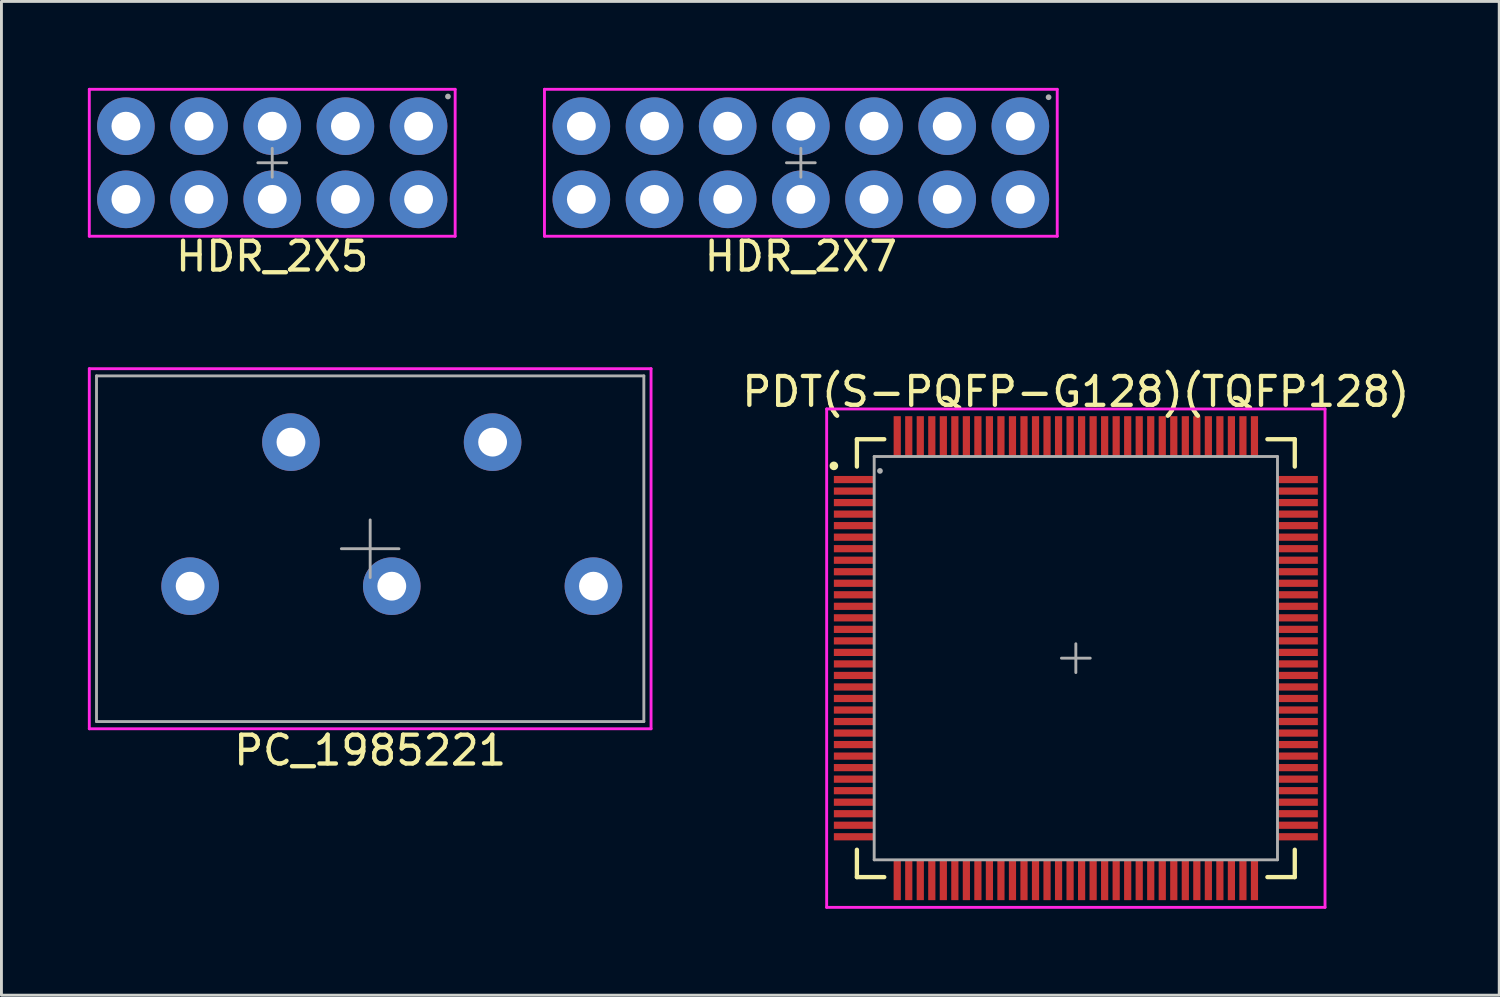
<source format=kicad_pcb>
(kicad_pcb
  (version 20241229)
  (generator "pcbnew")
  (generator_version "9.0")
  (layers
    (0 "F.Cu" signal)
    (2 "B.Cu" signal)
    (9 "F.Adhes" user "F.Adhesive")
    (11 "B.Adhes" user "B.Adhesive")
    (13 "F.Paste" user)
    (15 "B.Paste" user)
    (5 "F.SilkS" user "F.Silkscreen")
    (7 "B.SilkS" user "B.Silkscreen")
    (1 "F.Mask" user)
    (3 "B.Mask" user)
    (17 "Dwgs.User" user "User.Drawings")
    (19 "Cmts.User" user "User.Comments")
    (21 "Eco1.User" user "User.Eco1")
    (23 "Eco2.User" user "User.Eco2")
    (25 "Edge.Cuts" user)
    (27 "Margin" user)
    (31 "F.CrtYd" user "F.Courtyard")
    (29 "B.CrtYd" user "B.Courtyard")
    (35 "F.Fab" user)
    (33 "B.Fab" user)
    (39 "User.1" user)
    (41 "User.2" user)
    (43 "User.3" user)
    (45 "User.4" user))
  (footprint "HDR_2X7"
    (layer "F.Cu")
    (at 24.75 2.6)
    (property "Reference" "HDR_2X7" (at 0 3.25 0) (layer "F.SilkS") (effects (font (size 1 1) (thickness 0.15))))
    (attr through_hole)
    (fp_line (start -8.9 -2.55) (end 8.9 -2.55) (stroke (width 0.1) (type solid)) (layer "F.CrtYd"))
    (fp_line (start -8.9 2.55) (end -8.9 -2.55) (stroke (width 0.1) (type solid)) (layer "F.CrtYd"))
    (fp_line (start 8.9 -2.55) (end 8.9 2.55) (stroke (width 0.1) (type solid)) (layer "F.CrtYd"))
    (fp_line (start 8.9 2.55) (end -8.9 2.55) (stroke (width 0.1) (type solid)) (layer "F.CrtYd"))
    (fp_line (start 0 -0.5) (end 0 0.5) (stroke (width 0.1) (type solid)) (layer "F.Fab"))
    (fp_line (start 0.5 0) (end -0.5 0) (stroke (width 0.1) (type solid)) (layer "F.Fab"))
    (fp_circle (center 8.6 -2.275) (end 8.6 -2.225) (stroke (width 0.1) (type solid)) (fill no) (layer "F.Fab"))
    (pad "1" thru_hole circle (at 7.62 -1.27) (size 2 2) (drill 1) (layers "*.Cu" "*.Mask"))
    (pad "2" thru_hole circle (at 7.62 1.27) (size 2 2) (drill 1) (layers "*.Cu" "*.Mask"))
    (pad "3" thru_hole circle (at 5.08 -1.27) (size 2 2) (drill 1) (layers "*.Cu" "*.Mask"))
    (pad "4" thru_hole circle (at 5.08 1.27) (size 2 2) (drill 1) (layers "*.Cu" "*.Mask"))
    (pad "5" thru_hole circle (at 2.54 -1.27) (size 2 2) (drill 1) (layers "*.Cu" "*.Mask"))
    (pad "6" thru_hole circle (at 2.54 1.27) (size 2 2) (drill 1) (layers "*.Cu" "*.Mask"))
    (pad "7" thru_hole circle (at 0 -1.27) (size 2 2) (drill 1) (layers "*.Cu" "*.Mask"))
    (pad "8" thru_hole circle (at 0 1.27) (size 2 2) (drill 1) (layers "*.Cu" "*.Mask"))
    (pad "9" thru_hole circle (at -2.54 -1.27) (size 2 2) (drill 1) (layers "*.Cu" "*.Mask"))
    (pad "10" thru_hole circle (at -2.54 1.27) (size 2 2) (drill 1) (layers "*.Cu" "*.Mask"))
    (pad "11" thru_hole circle (at -5.08 -1.27) (size 2 2) (drill 1) (layers "*.Cu" "*.Mask"))
    (pad "12" thru_hole circle (at -5.08 1.27) (size 2 2) (drill 1) (layers "*.Cu" "*.Mask"))
    (pad "13" thru_hole circle (at -7.62 -1.27) (size 2 2) (drill 1) (layers "*.Cu" "*.Mask"))
    (pad "14" thru_hole circle (at -7.62 1.27) (size 2 2) (drill 1) (layers "*.Cu" "*.Mask")))
  (footprint "PC_1985221"
    (layer "F.Cu")
    (at 9.8 15.998)
    (property "Reference" "PC_1985221" (at 0 7 0) (layer "F.SilkS") (effects (font (size 1 1) (thickness 0.15))))
    (attr through_hole)
    (fp_line (start -9.75 -6.25) (end 9.75 -6.25) (stroke (width 0.1) (type solid)) (layer "F.CrtYd"))
    (fp_line (start -9.75 6.25) (end -9.75 -6.25) (stroke (width 0.1) (type solid)) (layer "F.CrtYd"))
    (fp_line (start -9.75 6.25) (end 9.75 6.25) (stroke (width 0.1) (type solid)) (layer "F.CrtYd"))
    (fp_line (start 9.75 -6.25) (end 9.75 6.25) (stroke (width 0.1) (type solid)) (layer "F.CrtYd"))
    (fp_line (start -9.5 -6) (end 9.5 -6) (stroke (width 0.1) (type solid)) (layer "F.Fab"))
    (fp_line (start -9.5 6) (end -9.5 -6) (stroke (width 0.1) (type solid)) (layer "F.Fab"))
    (fp_line (start -1 0) (end 1 0) (stroke (width 0.1) (type solid)) (layer "F.Fab"))
    (fp_line (start 0 -1) (end 0 1) (stroke (width 0.1) (type solid)) (layer "F.Fab"))
    (fp_line (start 9.5 6) (end -9.5 6) (stroke (width 0.1) (type solid)) (layer "F.Fab"))
    (fp_line (start 9.5 6) (end 9.5 -6) (stroke (width 0.1) (type solid)) (layer "F.Fab"))
    (pad "1" thru_hole circle (at 7.75 1.3) (size 2 2) (drill 1) (layers "*.Cu" "*.Mask"))
    (pad "2" thru_hole circle (at 4.25 -3.7) (size 2 2) (drill 1) (layers "*.Cu" "*.Mask"))
    (pad "3" thru_hole circle (at 0.75 1.3) (size 2 2) (drill 1) (layers "*.Cu" "*.Mask"))
    (pad "4" thru_hole circle (at -2.75 -3.7) (size 2 2) (drill 1) (layers "*.Cu" "*.Mask"))
    (pad "5" thru_hole circle (at -6.25 1.3) (size 2 2) (drill 1) (layers "*.Cu" "*.Mask")))
  (footprint "HDR_2X5"
    (layer "F.Cu")
    (at 6.4 2.6)
    (property "Reference" "HDR_2X5" (at 0 3.25 0) (layer "F.SilkS") (effects (font (size 1 1) (thickness 0.15))))
    (attr through_hole)
    (fp_line (start -6.35 -2.55) (end 6.35 -2.55) (stroke (width 0.1) (type solid)) (layer "F.CrtYd"))
    (fp_line (start -6.35 2.55) (end -6.35 -2.55) (stroke (width 0.1) (type solid)) (layer "F.CrtYd"))
    (fp_line (start 6.35 -2.55) (end 6.35 2.55) (stroke (width 0.1) (type solid)) (layer "F.CrtYd"))
    (fp_line (start 6.35 2.55) (end -6.35 2.55) (stroke (width 0.1) (type solid)) (layer "F.CrtYd"))
    (fp_line (start 0 -0.5) (end 0 0.5) (stroke (width 0.1) (type solid)) (layer "F.Fab"))
    (fp_line (start 0.5 0) (end -0.5 0) (stroke (width 0.1) (type solid)) (layer "F.Fab"))
    (fp_circle (center 6.1 -2.3) (end 6.1 -2.25) (stroke (width 0.1) (type solid)) (fill no) (layer "F.Fab"))
    (pad "1" thru_hole circle (at 5.08 -1.27) (size 2 2) (drill 1) (layers "*.Cu" "*.Mask"))
    (pad "2" thru_hole circle (at 5.08 1.27) (size 2 2) (drill 1) (layers "*.Cu" "*.Mask"))
    (pad "3" thru_hole circle (at 2.54 -1.27) (size 2 2) (drill 1) (layers "*.Cu" "*.Mask"))
    (pad "4" thru_hole circle (at 2.54 1.27) (size 2 2) (drill 1) (layers "*.Cu" "*.Mask"))
    (pad "5" thru_hole circle (at 0 -1.27) (size 2 2) (drill 1) (layers "*.Cu" "*.Mask"))
    (pad "6" thru_hole circle (at 0 1.27) (size 2 2) (drill 1) (layers "*.Cu" "*.Mask"))
    (pad "7" thru_hole circle (at -2.54 -1.27) (size 2 2) (drill 1) (layers "*.Cu" "*.Mask"))
    (pad "8" thru_hole circle (at -2.54 1.27) (size 2 2) (drill 1) (layers "*.Cu" "*.Mask"))
    (pad "9" thru_hole circle (at -5.08 -1.27) (size 2 2) (drill 1) (layers "*.Cu" "*.Mask"))
    (pad "10" thru_hole circle (at -5.08 1.27) (size 2 2) (drill 1) (layers "*.Cu" "*.Mask")))
  (footprint "PDT(S-PQFP-G128)(TQFP128)"
    (layer "F.Cu")
    (at 34.296 19.797)
    (property "Reference" "PDT(S-PQFP-G128)(TQFP128)" (at 0 -9.25 0) (layer "F.SilkS") (effects (font (size 1 1) (thickness 0.15))))
    (attr through_hole)
    (fp_line (start -7.6 -7.6) (end -7.6 -6.65) (stroke (width 0.15) (type solid)) (layer "F.SilkS"))
    (fp_line (start -7.6 7.6) (end -7.6 6.65) (stroke (width 0.15) (type solid)) (layer "F.SilkS"))
    (fp_line (start -6.65 -7.6) (end -7.6 -7.6) (stroke (width 0.15) (type solid)) (layer "F.SilkS"))
    (fp_line (start -6.65 7.6) (end -7.6 7.6) (stroke (width 0.15) (type solid)) (layer "F.SilkS"))
    (fp_line (start 6.65 -7.6) (end 7.6 -7.6) (stroke (width 0.15) (type solid)) (layer "F.SilkS"))
    (fp_line (start 6.65 7.6) (end 7.6 7.6) (stroke (width 0.15) (type solid)) (layer "F.SilkS"))
    (fp_line (start 7.6 -7.6) (end 7.6 -6.65) (stroke (width 0.15) (type solid)) (layer "F.SilkS"))
    (fp_line (start 7.6 7.6) (end 7.6 6.65) (stroke (width 0.15) (type solid)) (layer "F.SilkS"))
    (fp_circle (center -8.4 -6.675) (end -8.4 -6.599) (stroke (width 0.15) (type solid)) (fill no) (layer "F.SilkS"))
    (fp_line (start -8.65 -8.65) (end 8.65 -8.65) (stroke (width 0.1) (type solid)) (layer "F.CrtYd"))
    (fp_line (start -8.65 8.65) (end -8.65 -8.65) (stroke (width 0.1) (type solid)) (layer "F.CrtYd"))
    (fp_line (start 8.65 -8.65) (end 8.65 8.65) (stroke (width 0.1) (type solid)) (layer "F.CrtYd"))
    (fp_line (start 8.65 8.65) (end -8.65 8.65) (stroke (width 0.1) (type solid)) (layer "F.CrtYd"))
    (fp_line (start -7 -7) (end 7 -7) (stroke (width 0.1) (type solid)) (layer "F.Fab"))
    (fp_line (start -7 7) (end -7 -7) (stroke (width 0.1) (type solid)) (layer "F.Fab"))
    (fp_line (start -0.5 0) (end 0.5 0) (stroke (width 0.1) (type solid)) (layer "F.Fab"))
    (fp_line (start 0 -0.5) (end 0 0.5) (stroke (width 0.1) (type solid)) (layer "F.Fab"))
    (fp_line (start 7 -7) (end 7 7) (stroke (width 0.1) (type solid)) (layer "F.Fab"))
    (fp_line (start 7 7) (end -7 7) (stroke (width 0.1) (type solid)) (layer "F.Fab"))
    (fp_circle (center -6.8 -6.5) (end -6.75 -6.5) (stroke (width 0.1) (type solid)) (fill no) (layer "F.Fab"))
    (pad "1" smd rect (at -7.7 -6.2) (size 1.4 0.25) (layers "F.Cu" "F.Mask" "F.Paste"))
    (pad "2" smd rect (at -7.7 -5.8) (size 1.4 0.25) (layers "F.Cu" "F.Mask" "F.Paste"))
    (pad "3" smd rect (at -7.7 -5.4) (size 1.4 0.25) (layers "F.Cu" "F.Mask" "F.Paste"))
    (pad "4" smd rect (at -7.7 -5) (size 1.4 0.25) (layers "F.Cu" "F.Mask" "F.Paste"))
    (pad "5" smd rect (at -7.7 -4.6) (size 1.4 0.25) (layers "F.Cu" "F.Mask" "F.Paste"))
    (pad "6" smd rect (at -7.7 -4.2) (size 1.4 0.25) (layers "F.Cu" "F.Mask" "F.Paste"))
    (pad "7" smd rect (at -7.7 -3.8) (size 1.4 0.25) (layers "F.Cu" "F.Mask" "F.Paste"))
    (pad "8" smd rect (at -7.7 -3.4) (size 1.4 0.25) (layers "F.Cu" "F.Mask" "F.Paste"))
    (pad "9" smd rect (at -7.7 -3) (size 1.4 0.25) (layers "F.Cu" "F.Mask" "F.Paste"))
    (pad "10" smd rect (at -7.7 -2.6) (size 1.4 0.25) (layers "F.Cu" "F.Mask" "F.Paste"))
    (pad "11" smd rect (at -7.7 -2.2) (size 1.4 0.25) (layers "F.Cu" "F.Mask" "F.Paste"))
    (pad "12" smd rect (at -7.7 -1.8) (size 1.4 0.25) (layers "F.Cu" "F.Mask" "F.Paste"))
    (pad "13" smd rect (at -7.7 -1.4) (size 1.4 0.25) (layers "F.Cu" "F.Mask" "F.Paste"))
    (pad "14" smd rect (at -7.7 -1) (size 1.4 0.25) (layers "F.Cu" "F.Mask" "F.Paste"))
    (pad "15" smd rect (at -7.7 -0.6) (size 1.4 0.25) (layers "F.Cu" "F.Mask" "F.Paste"))
    (pad "16" smd rect (at -7.7 -0.2) (size 1.4 0.25) (layers "F.Cu" "F.Mask" "F.Paste"))
    (pad "17" smd rect (at -7.7 0.2) (size 1.4 0.25) (layers "F.Cu" "F.Mask" "F.Paste"))
    (pad "18" smd rect (at -7.7 0.6) (size 1.4 0.25) (layers "F.Cu" "F.Mask" "F.Paste"))
    (pad "19" smd rect (at -7.7 1) (size 1.4 0.25) (layers "F.Cu" "F.Mask" "F.Paste"))
    (pad "20" smd rect (at -7.7 1.4) (size 1.4 0.25) (layers "F.Cu" "F.Mask" "F.Paste"))
    (pad "21" smd rect (at -7.7 1.8) (size 1.4 0.25) (layers "F.Cu" "F.Mask" "F.Paste"))
    (pad "22" smd rect (at -7.7 2.2) (size 1.4 0.25) (layers "F.Cu" "F.Mask" "F.Paste"))
    (pad "23" smd rect (at -7.7 2.6) (size 1.4 0.25) (layers "F.Cu" "F.Mask" "F.Paste"))
    (pad "24" smd rect (at -7.7 3) (size 1.4 0.25) (layers "F.Cu" "F.Mask" "F.Paste"))
    (pad "25" smd rect (at -7.7 3.4) (size 1.4 0.25) (layers "F.Cu" "F.Mask" "F.Paste"))
    (pad "26" smd rect (at -7.7 3.8) (size 1.4 0.25) (layers "F.Cu" "F.Mask" "F.Paste"))
    (pad "27" smd rect (at -7.7 4.2) (size 1.4 0.25) (layers "F.Cu" "F.Mask" "F.Paste"))
    (pad "28" smd rect (at -7.7 4.6) (size 1.4 0.25) (layers "F.Cu" "F.Mask" "F.Paste"))
    (pad "29" smd rect (at -7.7 5) (size 1.4 0.25) (layers "F.Cu" "F.Mask" "F.Paste"))
    (pad "30" smd rect (at -7.7 5.4) (size 1.4 0.25) (layers "F.Cu" "F.Mask" "F.Paste"))
    (pad "31" smd rect (at -7.7 5.8) (size 1.4 0.25) (layers "F.Cu" "F.Mask" "F.Paste"))
    (pad "32" smd rect (at -7.7 6.2) (size 1.4 0.25) (layers "F.Cu" "F.Mask" "F.Paste"))
    (pad "33" smd rect (at -6.2 7.7 90) (size 1.4 0.25) (layers "F.Cu" "F.Mask" "F.Paste"))
    (pad "34" smd rect (at -5.8 7.7 90) (size 1.4 0.25) (layers "F.Cu" "F.Mask" "F.Paste"))
    (pad "35" smd rect (at -5.4 7.7 90) (size 1.4 0.25) (layers "F.Cu" "F.Mask" "F.Paste"))
    (pad "36" smd rect (at -5 7.7 90) (size 1.4 0.25) (layers "F.Cu" "F.Mask" "F.Paste"))
    (pad "37" smd rect (at -4.6 7.7 90) (size 1.4 0.25) (layers "F.Cu" "F.Mask" "F.Paste"))
    (pad "38" smd rect (at -4.2 7.7 90) (size 1.4 0.25) (layers "F.Cu" "F.Mask" "F.Paste"))
    (pad "39" smd rect (at -3.8 7.7 90) (size 1.4 0.25) (layers "F.Cu" "F.Mask" "F.Paste"))
    (pad "40" smd rect (at -3.4 7.7 90) (size 1.4 0.25) (layers "F.Cu" "F.Mask" "F.Paste"))
    (pad "41" smd rect (at -3 7.7 90) (size 1.4 0.25) (layers "F.Cu" "F.Mask" "F.Paste"))
    (pad "42" smd rect (at -2.6 7.7 90) (size 1.4 0.25) (layers "F.Cu" "F.Mask" "F.Paste"))
    (pad "43" smd rect (at -2.2 7.7 90) (size 1.4 0.25) (layers "F.Cu" "F.Mask" "F.Paste"))
    (pad "44" smd rect (at -1.8 7.7 90) (size 1.4 0.25) (layers "F.Cu" "F.Mask" "F.Paste"))
    (pad "45" smd rect (at -1.4 7.7 90) (size 1.4 0.25) (layers "F.Cu" "F.Mask" "F.Paste"))
    (pad "46" smd rect (at -1 7.7 90) (size 1.4 0.25) (layers "F.Cu" "F.Mask" "F.Paste"))
    (pad "47" smd rect (at -0.6 7.7 90) (size 1.4 0.25) (layers "F.Cu" "F.Mask" "F.Paste"))
    (pad "48" smd rect (at -0.2 7.7 90) (size 1.4 0.25) (layers "F.Cu" "F.Mask" "F.Paste"))
    (pad "49" smd rect (at 0.2 7.7 90) (size 1.4 0.25) (layers "F.Cu" "F.Mask" "F.Paste"))
    (pad "50" smd rect (at 0.6 7.7 90) (size 1.4 0.25) (layers "F.Cu" "F.Mask" "F.Paste"))
    (pad "51" smd rect (at 1 7.7 90) (size 1.4 0.25) (layers "F.Cu" "F.Mask" "F.Paste"))
    (pad "52" smd rect (at 1.4 7.7 90) (size 1.4 0.25) (layers "F.Cu" "F.Mask" "F.Paste"))
    (pad "53" smd rect (at 1.8 7.7 90) (size 1.4 0.25) (layers "F.Cu" "F.Mask" "F.Paste"))
    (pad "54" smd rect (at 2.2 7.7 90) (size 1.4 0.25) (layers "F.Cu" "F.Mask" "F.Paste"))
    (pad "55" smd rect (at 2.6 7.7 90) (size 1.4 0.25) (layers "F.Cu" "F.Mask" "F.Paste"))
    (pad "56" smd rect (at 3 7.7 90) (size 1.4 0.25) (layers "F.Cu" "F.Mask" "F.Paste"))
    (pad "57" smd rect (at 3.4 7.7 90) (size 1.4 0.25) (layers "F.Cu" "F.Mask" "F.Paste"))
    (pad "58" smd rect (at 3.8 7.7 90) (size 1.4 0.25) (layers "F.Cu" "F.Mask" "F.Paste"))
    (pad "59" smd rect (at 4.2 7.7 90) (size 1.4 0.25) (layers "F.Cu" "F.Mask" "F.Paste"))
    (pad "60" smd rect (at 4.6 7.7 90) (size 1.4 0.25) (layers "F.Cu" "F.Mask" "F.Paste"))
    (pad "61" smd rect (at 5 7.7 90) (size 1.4 0.25) (layers "F.Cu" "F.Mask" "F.Paste"))
    (pad "62" smd rect (at 5.4 7.7 90) (size 1.4 0.25) (layers "F.Cu" "F.Mask" "F.Paste"))
    (pad "63" smd rect (at 5.8 7.7 90) (size 1.4 0.25) (layers "F.Cu" "F.Mask" "F.Paste"))
    (pad "64" smd rect (at 6.2 7.7 90) (size 1.4 0.25) (layers "F.Cu" "F.Mask" "F.Paste"))
    (pad "65" smd rect (at 7.7 6.2) (size 1.4 0.25) (layers "F.Cu" "F.Mask" "F.Paste"))
    (pad "66" smd rect (at 7.7 5.8) (size 1.4 0.25) (layers "F.Cu" "F.Mask" "F.Paste"))
    (pad "67" smd rect (at 7.7 5.4) (size 1.4 0.25) (layers "F.Cu" "F.Mask" "F.Paste"))
    (pad "68" smd rect (at 7.7 5) (size 1.4 0.25) (layers "F.Cu" "F.Mask" "F.Paste"))
    (pad "69" smd rect (at 7.7 4.6) (size 1.4 0.25) (layers "F.Cu" "F.Mask" "F.Paste"))
    (pad "70" smd rect (at 7.7 4.2) (size 1.4 0.25) (layers "F.Cu" "F.Mask" "F.Paste"))
    (pad "71" smd rect (at 7.7 3.8) (size 1.4 0.25) (layers "F.Cu" "F.Mask" "F.Paste"))
    (pad "72" smd rect (at 7.7 3.4) (size 1.4 0.25) (layers "F.Cu" "F.Mask" "F.Paste"))
    (pad "73" smd rect (at 7.7 3) (size 1.4 0.25) (layers "F.Cu" "F.Mask" "F.Paste"))
    (pad "74" smd rect (at 7.7 2.6) (size 1.4 0.25) (layers "F.Cu" "F.Mask" "F.Paste"))
    (pad "75" smd rect (at 7.7 2.2) (size 1.4 0.25) (layers "F.Cu" "F.Mask" "F.Paste"))
    (pad "76" smd rect (at 7.7 1.8) (size 1.4 0.25) (layers "F.Cu" "F.Mask" "F.Paste"))
    (pad "77" smd rect (at 7.7 1.4) (size 1.4 0.25) (layers "F.Cu" "F.Mask" "F.Paste"))
    (pad "78" smd rect (at 7.7 1) (size 1.4 0.25) (layers "F.Cu" "F.Mask" "F.Paste"))
    (pad "79" smd rect (at 7.7 0.6) (size 1.4 0.25) (layers "F.Cu" "F.Mask" "F.Paste"))
    (pad "80" smd rect (at 7.7 0.2) (size 1.4 0.25) (layers "F.Cu" "F.Mask" "F.Paste"))
    (pad "81" smd rect (at 7.7 -0.2) (size 1.4 0.25) (layers "F.Cu" "F.Mask" "F.Paste"))
    (pad "82" smd rect (at 7.7 -0.6) (size 1.4 0.25) (layers "F.Cu" "F.Mask" "F.Paste"))
    (pad "83" smd rect (at 7.7 -1) (size 1.4 0.25) (layers "F.Cu" "F.Mask" "F.Paste"))
    (pad "84" smd rect (at 7.7 -1.4) (size 1.4 0.25) (layers "F.Cu" "F.Mask" "F.Paste"))
    (pad "85" smd rect (at 7.7 -1.8) (size 1.4 0.25) (layers "F.Cu" "F.Mask" "F.Paste"))
    (pad "86" smd rect (at 7.7 -2.2) (size 1.4 0.25) (layers "F.Cu" "F.Mask" "F.Paste"))
    (pad "87" smd rect (at 7.7 -2.6) (size 1.4 0.25) (layers "F.Cu" "F.Mask" "F.Paste"))
    (pad "88" smd rect (at 7.7 -3) (size 1.4 0.25) (layers "F.Cu" "F.Mask" "F.Paste"))
    (pad "89" smd rect (at 7.7 -3.4) (size 1.4 0.25) (layers "F.Cu" "F.Mask" "F.Paste"))
    (pad "90" smd rect (at 7.7 -3.8) (size 1.4 0.25) (layers "F.Cu" "F.Mask" "F.Paste"))
    (pad "91" smd rect (at 7.7 -4.2) (size 1.4 0.25) (layers "F.Cu" "F.Mask" "F.Paste"))
    (pad "92" smd rect (at 7.7 -4.6) (size 1.4 0.25) (layers "F.Cu" "F.Mask" "F.Paste"))
    (pad "93" smd rect (at 7.7 -5) (size 1.4 0.25) (layers "F.Cu" "F.Mask" "F.Paste"))
    (pad "94" smd rect (at 7.7 -5.4) (size 1.4 0.25) (layers "F.Cu" "F.Mask" "F.Paste"))
    (pad "95" smd rect (at 7.7 -5.8) (size 1.4 0.25) (layers "F.Cu" "F.Mask" "F.Paste"))
    (pad "96" smd rect (at 7.7 -6.2) (size 1.4 0.25) (layers "F.Cu" "F.Mask" "F.Paste"))
    (pad "97" smd rect (at 6.2 -7.7 90) (size 1.4 0.25) (layers "F.Cu" "F.Mask" "F.Paste"))
    (pad "98" smd rect (at 5.8 -7.7 90) (size 1.4 0.25) (layers "F.Cu" "F.Mask" "F.Paste"))
    (pad "99" smd rect (at 5.4 -7.7 90) (size 1.4 0.25) (layers "F.Cu" "F.Mask" "F.Paste"))
    (pad "100" smd rect (at 5 -7.7 90) (size 1.4 0.25) (layers "F.Cu" "F.Mask" "F.Paste"))
    (pad "101" smd rect (at 4.6 -7.7 90) (size 1.4 0.25) (layers "F.Cu" "F.Mask" "F.Paste"))
    (pad "102" smd rect (at 4.2 -7.7 90) (size 1.4 0.25) (layers "F.Cu" "F.Mask" "F.Paste"))
    (pad "103" smd rect (at 3.8 -7.7 90) (size 1.4 0.25) (layers "F.Cu" "F.Mask" "F.Paste"))
    (pad "104" smd rect (at 3.4 -7.7 90) (size 1.4 0.25) (layers "F.Cu" "F.Mask" "F.Paste"))
    (pad "105" smd rect (at 3 -7.7 90) (size 1.4 0.25) (layers "F.Cu" "F.Mask" "F.Paste"))
    (pad "106" smd rect (at 2.6 -7.7 90) (size 1.4 0.25) (layers "F.Cu" "F.Mask" "F.Paste"))
    (pad "107" smd rect (at 2.2 -7.7 90) (size 1.4 0.25) (layers "F.Cu" "F.Mask" "F.Paste"))
    (pad "108" smd rect (at 1.8 -7.7 90) (size 1.4 0.25) (layers "F.Cu" "F.Mask" "F.Paste"))
    (pad "109" smd rect (at 1.4 -7.7 90) (size 1.4 0.25) (layers "F.Cu" "F.Mask" "F.Paste"))
    (pad "110" smd rect (at 1 -7.7 90) (size 1.4 0.25) (layers "F.Cu" "F.Mask" "F.Paste"))
    (pad "111" smd rect (at 0.6 -7.7 90) (size 1.4 0.25) (layers "F.Cu" "F.Mask" "F.Paste"))
    (pad "112" smd rect (at 0.2 -7.7 90) (size 1.4 0.25) (layers "F.Cu" "F.Mask" "F.Paste"))
    (pad "113" smd rect (at -0.2 -7.7 90) (size 1.4 0.25) (layers "F.Cu" "F.Mask" "F.Paste"))
    (pad "114" smd rect (at -0.6 -7.7 90) (size 1.4 0.25) (layers "F.Cu" "F.Mask" "F.Paste"))
    (pad "115" smd rect (at -1 -7.7 90) (size 1.4 0.25) (layers "F.Cu" "F.Mask" "F.Paste"))
    (pad "116" smd rect (at -1.4 -7.7 90) (size 1.4 0.25) (layers "F.Cu" "F.Mask" "F.Paste"))
    (pad "117" smd rect (at -1.8 -7.7 90) (size 1.4 0.25) (layers "F.Cu" "F.Mask" "F.Paste"))
    (pad "118" smd rect (at -2.2 -7.7 90) (size 1.4 0.25) (layers "F.Cu" "F.Mask" "F.Paste"))
    (pad "119" smd rect (at -2.6 -7.7 90) (size 1.4 0.25) (layers "F.Cu" "F.Mask" "F.Paste"))
    (pad "120" smd rect (at -3 -7.7 90) (size 1.4 0.25) (layers "F.Cu" "F.Mask" "F.Paste"))
    (pad "121" smd rect (at -3.4 -7.7 90) (size 1.4 0.25) (layers "F.Cu" "F.Mask" "F.Paste"))
    (pad "122" smd rect (at -3.8 -7.7 90) (size 1.4 0.25) (layers "F.Cu" "F.Mask" "F.Paste"))
    (pad "123" smd rect (at -4.2 -7.7 90) (size 1.4 0.25) (layers "F.Cu" "F.Mask" "F.Paste"))
    (pad "124" smd rect (at -4.6 -7.7 90) (size 1.4 0.25) (layers "F.Cu" "F.Mask" "F.Paste"))
    (pad "125" smd rect (at -5 -7.7 90) (size 1.4 0.25) (layers "F.Cu" "F.Mask" "F.Paste"))
    (pad "126" smd rect (at -5.4 -7.7 90) (size 1.4 0.25) (layers "F.Cu" "F.Mask" "F.Paste"))
    (pad "127" smd rect (at -5.8 -7.7 90) (size 1.4 0.25) (layers "F.Cu" "F.Mask" "F.Paste"))
    (pad "128" smd rect (at -6.2 -7.7 90) (size 1.4 0.25) (layers "F.Cu" "F.Mask" "F.Paste")))
  (gr_rect
    (start -3 -3)
    (end 48.993 31.497)
    (stroke (width 0.1) (type default))
    (fill no)
    (layer "Edge.Cuts")))
</source>
